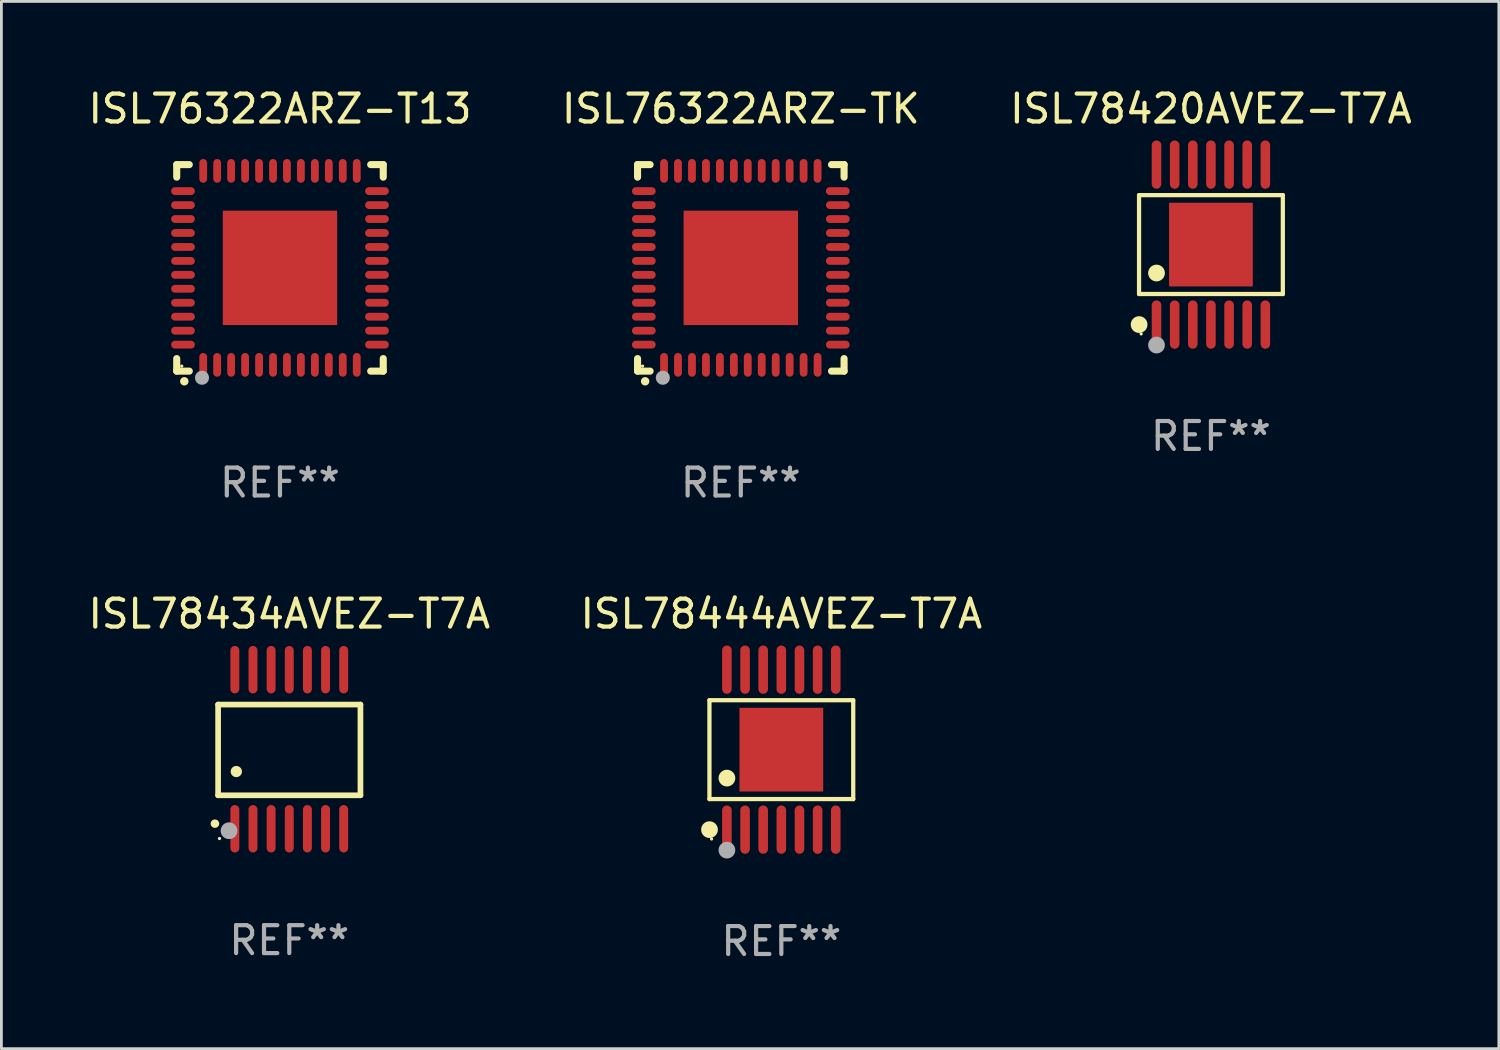
<source format=kicad_pcb>
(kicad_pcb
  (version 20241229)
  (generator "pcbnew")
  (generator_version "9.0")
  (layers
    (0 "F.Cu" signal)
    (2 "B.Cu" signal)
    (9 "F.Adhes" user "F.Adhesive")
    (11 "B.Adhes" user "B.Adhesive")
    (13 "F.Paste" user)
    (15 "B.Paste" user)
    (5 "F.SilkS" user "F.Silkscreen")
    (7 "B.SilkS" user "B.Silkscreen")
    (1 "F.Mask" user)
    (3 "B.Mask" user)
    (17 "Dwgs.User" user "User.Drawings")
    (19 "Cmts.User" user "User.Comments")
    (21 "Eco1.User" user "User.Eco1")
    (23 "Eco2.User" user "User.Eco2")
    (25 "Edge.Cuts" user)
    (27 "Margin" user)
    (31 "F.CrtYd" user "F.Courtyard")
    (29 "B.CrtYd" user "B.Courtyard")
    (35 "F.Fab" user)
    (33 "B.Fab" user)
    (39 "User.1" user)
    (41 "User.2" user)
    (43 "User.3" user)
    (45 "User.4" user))
  (footprint "ISL78444AVEZ-T7A"
    (layer "F.Cu")
    (at 24.946 23.811)
    (property "Reference" "ISL78444AVEZ-T7A" (at 0 -4.866 0) (layer "F.SilkS") (effects (font (size 1 1) (thickness 0.15))))
    (attr through_hole)
    (fp_line (start -2.576 -1.772) (end 2.576 -1.772) (stroke (width 0.152) (type solid)) (layer "F.SilkS"))
    (fp_line (start -2.576 1.771) (end -2.576 -1.772) (stroke (width 0.152) (type solid)) (layer "F.SilkS"))
    (fp_line (start 2.576 -1.772) (end 2.576 1.771) (stroke (width 0.152) (type solid)) (layer "F.SilkS"))
    (fp_line (start 2.576 1.771) (end -2.576 1.771) (stroke (width 0.152) (type solid)) (layer "F.SilkS"))
    (fp_circle (center -2.574 2.866) (end -2.424 2.866) (stroke (width 0.3) (type solid)) (fill no) (layer "F.SilkS"))
    (fp_circle (center -2.5 3.2) (end -2.47 3.2) (stroke (width 0.06) (type solid)) (fill no) (layer "F.SilkS"))
    (fp_circle (center -1.95 1.019) (end -1.8 1.019) (stroke (width 0.3) (type solid)) (fill no) (layer "F.SilkS"))
    (fp_circle (center -1.95 3.6) (end -1.8 3.6) (stroke (width 0.3) (type solid)) (fill no) (layer "F.Fab"))
    (fp_text user "REF**" (at 0 6.866 0) (layer "F.Fab") (effects (font (size 1 1) (thickness 0.15))))
    (pad "1" smd oval (at -1.95 2.866) (size 0.343 1.731) (layers "F.Cu" "F.Mask" "F.Paste"))
    (pad "2" smd oval (at -1.3 2.866) (size 0.343 1.731) (layers "F.Cu" "F.Mask" "F.Paste"))
    (pad "3" smd oval (at -0.65 2.866) (size 0.343 1.731) (layers "F.Cu" "F.Mask" "F.Paste"))
    (pad "4" smd oval (at 0 2.866) (size 0.343 1.731) (layers "F.Cu" "F.Mask" "F.Paste"))
    (pad "5" smd oval (at 0.65 2.866) (size 0.343 1.731) (layers "F.Cu" "F.Mask" "F.Paste"))
    (pad "6" smd oval (at 1.3 2.866) (size 0.343 1.731) (layers "F.Cu" "F.Mask" "F.Paste"))
    (pad "7" smd oval (at 1.95 2.866) (size 0.343 1.731) (layers "F.Cu" "F.Mask" "F.Paste"))
    (pad "8" smd oval (at 1.95 -2.866) (size 0.343 1.731) (layers "F.Cu" "F.Mask" "F.Paste"))
    (pad "9" smd oval (at 1.3 -2.866) (size 0.343 1.731) (layers "F.Cu" "F.Mask" "F.Paste"))
    (pad "10" smd oval (at 0.65 -2.866) (size 0.343 1.731) (layers "F.Cu" "F.Mask" "F.Paste"))
    (pad "11" smd oval (at 0 -2.866) (size 0.343 1.731) (layers "F.Cu" "F.Mask" "F.Paste"))
    (pad "12" smd oval (at -0.65 -2.866) (size 0.343 1.731) (layers "F.Cu" "F.Mask" "F.Paste"))
    (pad "13" smd oval (at -1.3 -2.866) (size 0.343 1.731) (layers "F.Cu" "F.Mask" "F.Paste"))
    (pad "14" smd oval (at -1.95 -2.866) (size 0.343 1.731) (layers "F.Cu" "F.Mask" "F.Paste"))
    (pad "15" smd rect (at 0 -0.000127) (size 3 3) (layers "F.Cu" "F.Mask" "F.Paste")))
  (footprint "ISL78420AVEZ-T7A"
    (layer "F.Cu")
    (at 40.339 5.714)
    (property "Reference" "ISL78420AVEZ-T7A" (at 0 -4.866 0) (layer "F.SilkS") (effects (font (size 1 1) (thickness 0.15))))
    (attr through_hole)
    (fp_line (start -2.576 -1.772) (end 2.576 -1.772) (stroke (width 0.152) (type solid)) (layer "F.SilkS"))
    (fp_line (start -2.576 1.771) (end -2.576 -1.772) (stroke (width 0.152) (type solid)) (layer "F.SilkS"))
    (fp_line (start 2.576 -1.772) (end 2.576 1.771) (stroke (width 0.152) (type solid)) (layer "F.SilkS"))
    (fp_line (start 2.576 1.771) (end -2.576 1.771) (stroke (width 0.152) (type solid)) (layer "F.SilkS"))
    (fp_circle (center -2.574 2.866) (end -2.424 2.866) (stroke (width 0.3) (type solid)) (fill no) (layer "F.SilkS"))
    (fp_circle (center -2.5 3.2) (end -2.47 3.2) (stroke (width 0.06) (type solid)) (fill no) (layer "F.SilkS"))
    (fp_circle (center -1.95 1.019) (end -1.8 1.019) (stroke (width 0.3) (type solid)) (fill no) (layer "F.SilkS"))
    (fp_circle (center -1.95 3.6) (end -1.8 3.6) (stroke (width 0.3) (type solid)) (fill no) (layer "F.Fab"))
    (fp_text user "REF**" (at 0 6.866 0) (layer "F.Fab") (effects (font (size 1 1) (thickness 0.15))))
    (pad "1" smd oval (at -1.95 2.866) (size 0.343 1.731) (layers "F.Cu" "F.Mask" "F.Paste"))
    (pad "2" smd oval (at -1.3 2.866) (size 0.343 1.731) (layers "F.Cu" "F.Mask" "F.Paste"))
    (pad "3" smd oval (at -0.65 2.866) (size 0.343 1.731) (layers "F.Cu" "F.Mask" "F.Paste"))
    (pad "4" smd oval (at 0 2.866) (size 0.343 1.731) (layers "F.Cu" "F.Mask" "F.Paste"))
    (pad "5" smd oval (at 0.65 2.866) (size 0.343 1.731) (layers "F.Cu" "F.Mask" "F.Paste"))
    (pad "6" smd oval (at 1.3 2.866) (size 0.343 1.731) (layers "F.Cu" "F.Mask" "F.Paste"))
    (pad "7" smd oval (at 1.95 2.866) (size 0.343 1.731) (layers "F.Cu" "F.Mask" "F.Paste"))
    (pad "8" smd oval (at 1.95 -2.866) (size 0.343 1.731) (layers "F.Cu" "F.Mask" "F.Paste"))
    (pad "9" smd oval (at 1.3 -2.866) (size 0.343 1.731) (layers "F.Cu" "F.Mask" "F.Paste"))
    (pad "10" smd oval (at 0.65 -2.866) (size 0.343 1.731) (layers "F.Cu" "F.Mask" "F.Paste"))
    (pad "11" smd oval (at 0 -2.866) (size 0.343 1.731) (layers "F.Cu" "F.Mask" "F.Paste"))
    (pad "12" smd oval (at -0.65 -2.866) (size 0.343 1.731) (layers "F.Cu" "F.Mask" "F.Paste"))
    (pad "13" smd oval (at -1.3 -2.866) (size 0.343 1.731) (layers "F.Cu" "F.Mask" "F.Paste"))
    (pad "14" smd oval (at -1.95 -2.866) (size 0.343 1.731) (layers "F.Cu" "F.Mask" "F.Paste"))
    (pad "15" smd rect (at 0 -0.000127) (size 3 3) (layers "F.Cu" "F.Mask" "F.Paste")))
  (footprint "ISL76322ARZ-TK"
    (layer "F.Cu")
    (at 23.494 6.548)
    (property "Reference" "ISL76322ARZ-TK" (at 0 -5.7 0) (layer "F.SilkS") (effects (font (size 1 1) (thickness 0.15))))
    (attr through_hole)
    (fp_line (start -3.7 -3.7) (end -3.25 -3.7) (stroke (width 0.254) (type solid)) (layer "F.SilkS"))
    (fp_line (start -3.7 -3.25) (end -3.7 -3.7) (stroke (width 0.254) (type solid)) (layer "F.SilkS"))
    (fp_line (start -3.7 3.7) (end -3.7 3.25) (stroke (width 0.254) (type solid)) (layer "F.SilkS"))
    (fp_line (start -3.25 3.7) (end -3.7 3.7) (stroke (width 0.254) (type solid)) (layer "F.SilkS"))
    (fp_line (start 3.25 3.7) (end 3.7 3.7) (stroke (width 0.254) (type solid)) (layer "F.SilkS"))
    (fp_line (start 3.7 -3.7) (end 3.25 -3.7) (stroke (width 0.254) (type solid)) (layer "F.SilkS"))
    (fp_line (start 3.7 -3.25) (end 3.7 -3.7) (stroke (width 0.254) (type solid)) (layer "F.SilkS"))
    (fp_line (start 3.7 3.7) (end 3.7 3.25) (stroke (width 0.254) (type solid)) (layer "F.SilkS"))
    (fp_arc (start -3.429108 4.06411) (mid -3.427838 4.064105) (end -3.426568 4.06411) (stroke (width 0.3) (type solid)) (layer "F.SilkS"))
    (fp_circle (center -3.52 3.52) (end -3.49 3.52) (stroke (width 0.06) (type solid)) (fill no) (layer "F.SilkS"))
    (fp_circle (center -2.794 3.937) (end -2.667 3.937) (stroke (width 0.254) (type solid)) (fill no) (layer "F.Fab"))
    (fp_text user "REF**" (at 0 7.7 0) (layer "F.Fab") (effects (font (size 1 1) (thickness 0.15))))
    (pad "1" smd oval (at -2.751 3.475) (size 0.28 0.85) (layers "F.Cu" "F.Mask" "F.Paste"))
    (pad "2" smd oval (at -2.251 3.475) (size 0.28 0.85) (layers "F.Cu" "F.Mask" "F.Paste"))
    (pad "3" smd oval (at -1.75 3.475) (size 0.28 0.85) (layers "F.Cu" "F.Mask" "F.Paste"))
    (pad "4" smd oval (at -1.25 3.475) (size 0.28 0.85) (layers "F.Cu" "F.Mask" "F.Paste"))
    (pad "5" smd oval (at -0.749 3.475) (size 0.28 0.85) (layers "F.Cu" "F.Mask" "F.Paste"))
    (pad "6" smd oval (at -0.249 3.475) (size 0.28 0.85) (layers "F.Cu" "F.Mask" "F.Paste"))
    (pad "7" smd oval (at 0.249 3.475) (size 0.28 0.85) (layers "F.Cu" "F.Mask" "F.Paste"))
    (pad "8" smd oval (at 0.749 3.475) (size 0.28 0.85) (layers "F.Cu" "F.Mask" "F.Paste"))
    (pad "9" smd oval (at 1.25 3.475) (size 0.28 0.85) (layers "F.Cu" "F.Mask" "F.Paste"))
    (pad "10" smd oval (at 1.75 3.475) (size 0.28 0.85) (layers "F.Cu" "F.Mask" "F.Paste"))
    (pad "11" smd oval (at 2.25 3.475) (size 0.28 0.85) (layers "F.Cu" "F.Mask" "F.Paste"))
    (pad "12" smd oval (at 2.751 3.475) (size 0.28 0.85) (layers "F.Cu" "F.Mask" "F.Paste"))
    (pad "13" smd oval (at 3.475 2.751) (size 0.85 0.28) (layers "F.Cu" "F.Mask" "F.Paste"))
    (pad "14" smd oval (at 3.475 2.251) (size 0.85 0.28) (layers "F.Cu" "F.Mask" "F.Paste"))
    (pad "15" smd oval (at 3.475 1.75) (size 0.85 0.28) (layers "F.Cu" "F.Mask" "F.Paste"))
    (pad "16" smd oval (at 3.475 1.25) (size 0.85 0.28) (layers "F.Cu" "F.Mask" "F.Paste"))
    (pad "17" smd oval (at 3.475 0.749) (size 0.85 0.28) (layers "F.Cu" "F.Mask" "F.Paste"))
    (pad "18" smd oval (at 3.475 0.249) (size 0.85 0.28) (layers "F.Cu" "F.Mask" "F.Paste"))
    (pad "19" smd oval (at 3.475 -0.249) (size 0.85 0.28) (layers "F.Cu" "F.Mask" "F.Paste"))
    (pad "20" smd oval (at 3.475 -0.749) (size 0.85 0.28) (layers "F.Cu" "F.Mask" "F.Paste"))
    (pad "21" smd oval (at 3.475 -1.25) (size 0.85 0.28) (layers "F.Cu" "F.Mask" "F.Paste"))
    (pad "22" smd oval (at 3.475 -1.75) (size 0.85 0.28) (layers "F.Cu" "F.Mask" "F.Paste"))
    (pad "23" smd oval (at 3.475 -2.25) (size 0.85 0.28) (layers "F.Cu" "F.Mask" "F.Paste"))
    (pad "24" smd oval (at 3.475 -2.751) (size 0.85 0.28) (layers "F.Cu" "F.Mask" "F.Paste"))
    (pad "25" smd oval (at 2.751 -3.475) (size 0.28 0.85) (layers "F.Cu" "F.Mask" "F.Paste"))
    (pad "26" smd oval (at 2.25 -3.475) (size 0.28 0.85) (layers "F.Cu" "F.Mask" "F.Paste"))
    (pad "27" smd oval (at 1.75 -3.475) (size 0.28 0.85) (layers "F.Cu" "F.Mask" "F.Paste"))
    (pad "28" smd oval (at 1.25 -3.475) (size 0.28 0.85) (layers "F.Cu" "F.Mask" "F.Paste"))
    (pad "29" smd oval (at 0.749 -3.475) (size 0.28 0.85) (layers "F.Cu" "F.Mask" "F.Paste"))
    (pad "30" smd oval (at 0.249 -3.475) (size 0.28 0.85) (layers "F.Cu" "F.Mask" "F.Paste"))
    (pad "31" smd oval (at -0.249 -3.475) (size 0.28 0.85) (layers "F.Cu" "F.Mask" "F.Paste"))
    (pad "32" smd oval (at -0.749 -3.475) (size 0.28 0.85) (layers "F.Cu" "F.Mask" "F.Paste"))
    (pad "33" smd oval (at -1.25 -3.475) (size 0.28 0.85) (layers "F.Cu" "F.Mask" "F.Paste"))
    (pad "34" smd oval (at -1.75 -3.475) (size 0.28 0.85) (layers "F.Cu" "F.Mask" "F.Paste"))
    (pad "35" smd oval (at -2.251 -3.475) (size 0.28 0.85) (layers "F.Cu" "F.Mask" "F.Paste"))
    (pad "36" smd oval (at -2.751 -3.475) (size 0.28 0.85) (layers "F.Cu" "F.Mask" "F.Paste"))
    (pad "37" smd oval (at -3.475 -2.751) (size 0.85 0.28) (layers "F.Cu" "F.Mask" "F.Paste"))
    (pad "38" smd oval (at -3.475 -2.25) (size 0.85 0.28) (layers "F.Cu" "F.Mask" "F.Paste"))
    (pad "39" smd oval (at -3.475 -1.75) (size 0.85 0.28) (layers "F.Cu" "F.Mask" "F.Paste"))
    (pad "40" smd oval (at -3.475 -1.25) (size 0.85 0.28) (layers "F.Cu" "F.Mask" "F.Paste"))
    (pad "41" smd oval (at -3.475 -0.749) (size 0.85 0.28) (layers "F.Cu" "F.Mask" "F.Paste"))
    (pad "42" smd oval (at -3.475 -0.249) (size 0.85 0.28) (layers "F.Cu" "F.Mask" "F.Paste"))
    (pad "43" smd oval (at -3.475 0.249) (size 0.85 0.28) (layers "F.Cu" "F.Mask" "F.Paste"))
    (pad "44" smd oval (at -3.475 0.749) (size 0.85 0.28) (layers "F.Cu" "F.Mask" "F.Paste"))
    (pad "45" smd oval (at -3.475 1.25) (size 0.85 0.28) (layers "F.Cu" "F.Mask" "F.Paste"))
    (pad "46" smd oval (at -3.475 1.75) (size 0.85 0.28) (layers "F.Cu" "F.Mask" "F.Paste"))
    (pad "47" smd oval (at -3.475 2.251) (size 0.85 0.28) (layers "F.Cu" "F.Mask" "F.Paste"))
    (pad "48" smd oval (at -3.475 2.751) (size 0.85 0.28) (layers "F.Cu" "F.Mask" "F.Paste"))
    (pad "49" smd rect (at -0.000102 0.000102) (size 4.1 4.1) (layers "F.Cu" "F.Mask" "F.Paste")))
  (footprint "ISL78434AVEZ-T7A"
    (layer "F.Cu")
    (at 7.315 23.795)
    (property "Reference" "ISL78434AVEZ-T7A" (at 0 -4.85 0) (layer "F.SilkS") (effects (font (size 1 1) (thickness 0.15))))
    (attr through_hole)
    (fp_line (start -2.55 -1.6) (end 2.55 -1.6) (stroke (width 0.203) (type solid)) (layer "F.SilkS"))
    (fp_line (start -2.55 1.651) (end -2.55 -1.6) (stroke (width 0.203) (type solid)) (layer "F.SilkS"))
    (fp_line (start 2.55 -1.6) (end 2.55 1.651) (stroke (width 0.203) (type solid)) (layer "F.SilkS"))
    (fp_line (start 2.55 1.651) (end -2.55 1.651) (stroke (width 0.203) (type solid)) (layer "F.SilkS"))
    (fp_arc (start -2.667005 2.667005) (mid -2.663677 2.667046) (end -2.66035 2.667157) (stroke (width 0.3) (type solid)) (layer "F.SilkS"))
    (fp_arc (start -1.9 0.8) (mid -1.897803 0.800014) (end -1.895606 0.800051) (stroke (width 0.4) (type solid)) (layer "F.SilkS"))
    (fp_circle (center -2.5 3.2) (end -2.47 3.2) (stroke (width 0.06) (type solid)) (fill no) (layer "F.SilkS"))
    (fp_circle (center -2.159 2.921) (end -2.009 2.921) (stroke (width 0.3) (type solid)) (fill no) (layer "F.Fab"))
    (fp_text user "REF**" (at 0 6.85 0) (layer "F.Fab") (effects (font (size 1 1) (thickness 0.15))))
    (pad "1" smd oval (at -1.95 2.85 180) (size 0.32 1.7) (layers "F.Cu" "F.Mask" "F.Paste"))
    (pad "2" smd oval (at -1.3 2.85 180) (size 0.32 1.7) (layers "F.Cu" "F.Mask" "F.Paste"))
    (pad "3" smd oval (at -0.65 2.85 180) (size 0.32 1.7) (layers "F.Cu" "F.Mask" "F.Paste"))
    (pad "4" smd oval (at 0 2.85 180) (size 0.32 1.7) (layers "F.Cu" "F.Mask" "F.Paste"))
    (pad "5" smd oval (at 0.65 2.85 180) (size 0.32 1.7) (layers "F.Cu" "F.Mask" "F.Paste"))
    (pad "6" smd oval (at 1.3 2.85 180) (size 0.32 1.7) (layers "F.Cu" "F.Mask" "F.Paste"))
    (pad "7" smd oval (at 1.95 2.85 180) (size 0.32 1.7) (layers "F.Cu" "F.Mask" "F.Paste"))
    (pad "8" smd oval (at 1.95 -2.85 180) (size 0.32 1.7) (layers "F.Cu" "F.Mask" "F.Paste"))
    (pad "9" smd oval (at 1.3 -2.85 180) (size 0.32 1.7) (layers "F.Cu" "F.Mask" "F.Paste"))
    (pad "10" smd oval (at 0.65 -2.85 180) (size 0.32 1.7) (layers "F.Cu" "F.Mask" "F.Paste"))
    (pad "11" smd oval (at 0 -2.85 180) (size 0.32 1.7) (layers "F.Cu" "F.Mask" "F.Paste"))
    (pad "12" smd oval (at -0.65 -2.85 180) (size 0.32 1.7) (layers "F.Cu" "F.Mask" "F.Paste"))
    (pad "13" smd oval (at -1.3 -2.85 180) (size 0.32 1.7) (layers "F.Cu" "F.Mask" "F.Paste"))
    (pad "14" smd oval (at -1.95 -2.85 180) (size 0.32 1.7) (layers "F.Cu" "F.Mask" "F.Paste")))
  (footprint "ISL76322ARZ-T13"
    (layer "F.Cu")
    (at 6.982 6.548)
    (property "Reference" "ISL76322ARZ-T13" (at 0 -5.7 0) (layer "F.SilkS") (effects (font (size 1 1) (thickness 0.15))))
    (attr through_hole)
    (fp_line (start -3.7 -3.7) (end -3.25 -3.7) (stroke (width 0.254) (type solid)) (layer "F.SilkS"))
    (fp_line (start -3.7 -3.25) (end -3.7 -3.7) (stroke (width 0.254) (type solid)) (layer "F.SilkS"))
    (fp_line (start -3.7 3.7) (end -3.7 3.25) (stroke (width 0.254) (type solid)) (layer "F.SilkS"))
    (fp_line (start -3.25 3.7) (end -3.7 3.7) (stroke (width 0.254) (type solid)) (layer "F.SilkS"))
    (fp_line (start 3.25 3.7) (end 3.7 3.7) (stroke (width 0.254) (type solid)) (layer "F.SilkS"))
    (fp_line (start 3.7 -3.7) (end 3.25 -3.7) (stroke (width 0.254) (type solid)) (layer "F.SilkS"))
    (fp_line (start 3.7 -3.25) (end 3.7 -3.7) (stroke (width 0.254) (type solid)) (layer "F.SilkS"))
    (fp_line (start 3.7 3.7) (end 3.7 3.25) (stroke (width 0.254) (type solid)) (layer "F.SilkS"))
    (fp_arc (start -3.429108 4.06411) (mid -3.427838 4.064105) (end -3.426568 4.06411) (stroke (width 0.3) (type solid)) (layer "F.SilkS"))
    (fp_circle (center -3.52 3.52) (end -3.49 3.52) (stroke (width 0.06) (type solid)) (fill no) (layer "F.SilkS"))
    (fp_circle (center -2.794 3.937) (end -2.667 3.937) (stroke (width 0.254) (type solid)) (fill no) (layer "F.Fab"))
    (fp_text user "REF**" (at 0 7.7 0) (layer "F.Fab") (effects (font (size 1 1) (thickness 0.15))))
    (pad "1" smd oval (at -2.751 3.475) (size 0.28 0.85) (layers "F.Cu" "F.Mask" "F.Paste"))
    (pad "2" smd oval (at -2.251 3.475) (size 0.28 0.85) (layers "F.Cu" "F.Mask" "F.Paste"))
    (pad "3" smd oval (at -1.75 3.475) (size 0.28 0.85) (layers "F.Cu" "F.Mask" "F.Paste"))
    (pad "4" smd oval (at -1.25 3.475) (size 0.28 0.85) (layers "F.Cu" "F.Mask" "F.Paste"))
    (pad "5" smd oval (at -0.749 3.475) (size 0.28 0.85) (layers "F.Cu" "F.Mask" "F.Paste"))
    (pad "6" smd oval (at -0.249 3.475) (size 0.28 0.85) (layers "F.Cu" "F.Mask" "F.Paste"))
    (pad "7" smd oval (at 0.249 3.475) (size 0.28 0.85) (layers "F.Cu" "F.Mask" "F.Paste"))
    (pad "8" smd oval (at 0.749 3.475) (size 0.28 0.85) (layers "F.Cu" "F.Mask" "F.Paste"))
    (pad "9" smd oval (at 1.25 3.475) (size 0.28 0.85) (layers "F.Cu" "F.Mask" "F.Paste"))
    (pad "10" smd oval (at 1.75 3.475) (size 0.28 0.85) (layers "F.Cu" "F.Mask" "F.Paste"))
    (pad "11" smd oval (at 2.25 3.475) (size 0.28 0.85) (layers "F.Cu" "F.Mask" "F.Paste"))
    (pad "12" smd oval (at 2.751 3.475) (size 0.28 0.85) (layers "F.Cu" "F.Mask" "F.Paste"))
    (pad "13" smd oval (at 3.475 2.751) (size 0.85 0.28) (layers "F.Cu" "F.Mask" "F.Paste"))
    (pad "14" smd oval (at 3.475 2.251) (size 0.85 0.28) (layers "F.Cu" "F.Mask" "F.Paste"))
    (pad "15" smd oval (at 3.475 1.75) (size 0.85 0.28) (layers "F.Cu" "F.Mask" "F.Paste"))
    (pad "16" smd oval (at 3.475 1.25) (size 0.85 0.28) (layers "F.Cu" "F.Mask" "F.Paste"))
    (pad "17" smd oval (at 3.475 0.749) (size 0.85 0.28) (layers "F.Cu" "F.Mask" "F.Paste"))
    (pad "18" smd oval (at 3.475 0.249) (size 0.85 0.28) (layers "F.Cu" "F.Mask" "F.Paste"))
    (pad "19" smd oval (at 3.475 -0.249) (size 0.85 0.28) (layers "F.Cu" "F.Mask" "F.Paste"))
    (pad "20" smd oval (at 3.475 -0.749) (size 0.85 0.28) (layers "F.Cu" "F.Mask" "F.Paste"))
    (pad "21" smd oval (at 3.475 -1.25) (size 0.85 0.28) (layers "F.Cu" "F.Mask" "F.Paste"))
    (pad "22" smd oval (at 3.475 -1.75) (size 0.85 0.28) (layers "F.Cu" "F.Mask" "F.Paste"))
    (pad "23" smd oval (at 3.475 -2.25) (size 0.85 0.28) (layers "F.Cu" "F.Mask" "F.Paste"))
    (pad "24" smd oval (at 3.475 -2.751) (size 0.85 0.28) (layers "F.Cu" "F.Mask" "F.Paste"))
    (pad "25" smd oval (at 2.751 -3.475) (size 0.28 0.85) (layers "F.Cu" "F.Mask" "F.Paste"))
    (pad "26" smd oval (at 2.25 -3.475) (size 0.28 0.85) (layers "F.Cu" "F.Mask" "F.Paste"))
    (pad "27" smd oval (at 1.75 -3.475) (size 0.28 0.85) (layers "F.Cu" "F.Mask" "F.Paste"))
    (pad "28" smd oval (at 1.25 -3.475) (size 0.28 0.85) (layers "F.Cu" "F.Mask" "F.Paste"))
    (pad "29" smd oval (at 0.749 -3.475) (size 0.28 0.85) (layers "F.Cu" "F.Mask" "F.Paste"))
    (pad "30" smd oval (at 0.249 -3.475) (size 0.28 0.85) (layers "F.Cu" "F.Mask" "F.Paste"))
    (pad "31" smd oval (at -0.249 -3.475) (size 0.28 0.85) (layers "F.Cu" "F.Mask" "F.Paste"))
    (pad "32" smd oval (at -0.749 -3.475) (size 0.28 0.85) (layers "F.Cu" "F.Mask" "F.Paste"))
    (pad "33" smd oval (at -1.25 -3.475) (size 0.28 0.85) (layers "F.Cu" "F.Mask" "F.Paste"))
    (pad "34" smd oval (at -1.75 -3.475) (size 0.28 0.85) (layers "F.Cu" "F.Mask" "F.Paste"))
    (pad "35" smd oval (at -2.251 -3.475) (size 0.28 0.85) (layers "F.Cu" "F.Mask" "F.Paste"))
    (pad "36" smd oval (at -2.751 -3.475) (size 0.28 0.85) (layers "F.Cu" "F.Mask" "F.Paste"))
    (pad "37" smd oval (at -3.475 -2.751) (size 0.85 0.28) (layers "F.Cu" "F.Mask" "F.Paste"))
    (pad "38" smd oval (at -3.475 -2.25) (size 0.85 0.28) (layers "F.Cu" "F.Mask" "F.Paste"))
    (pad "39" smd oval (at -3.475 -1.75) (size 0.85 0.28) (layers "F.Cu" "F.Mask" "F.Paste"))
    (pad "40" smd oval (at -3.475 -1.25) (size 0.85 0.28) (layers "F.Cu" "F.Mask" "F.Paste"))
    (pad "41" smd oval (at -3.475 -0.749) (size 0.85 0.28) (layers "F.Cu" "F.Mask" "F.Paste"))
    (pad "42" smd oval (at -3.475 -0.249) (size 0.85 0.28) (layers "F.Cu" "F.Mask" "F.Paste"))
    (pad "43" smd oval (at -3.475 0.249) (size 0.85 0.28) (layers "F.Cu" "F.Mask" "F.Paste"))
    (pad "44" smd oval (at -3.475 0.749) (size 0.85 0.28) (layers "F.Cu" "F.Mask" "F.Paste"))
    (pad "45" smd oval (at -3.475 1.25) (size 0.85 0.28) (layers "F.Cu" "F.Mask" "F.Paste"))
    (pad "46" smd oval (at -3.475 1.75) (size 0.85 0.28) (layers "F.Cu" "F.Mask" "F.Paste"))
    (pad "47" smd oval (at -3.475 2.251) (size 0.85 0.28) (layers "F.Cu" "F.Mask" "F.Paste"))
    (pad "48" smd oval (at -3.475 2.751) (size 0.85 0.28) (layers "F.Cu" "F.Mask" "F.Paste"))
    (pad "49" smd rect (at -0.000102 0.000102) (size 4.1 4.1) (layers "F.Cu" "F.Mask" "F.Paste")))
  (gr_rect
    (start -3 -3)
    (end 50.655 34.525)
    (stroke (width 0.1) (type default))
    (fill no)
    (layer "Edge.Cuts")))
</source>
